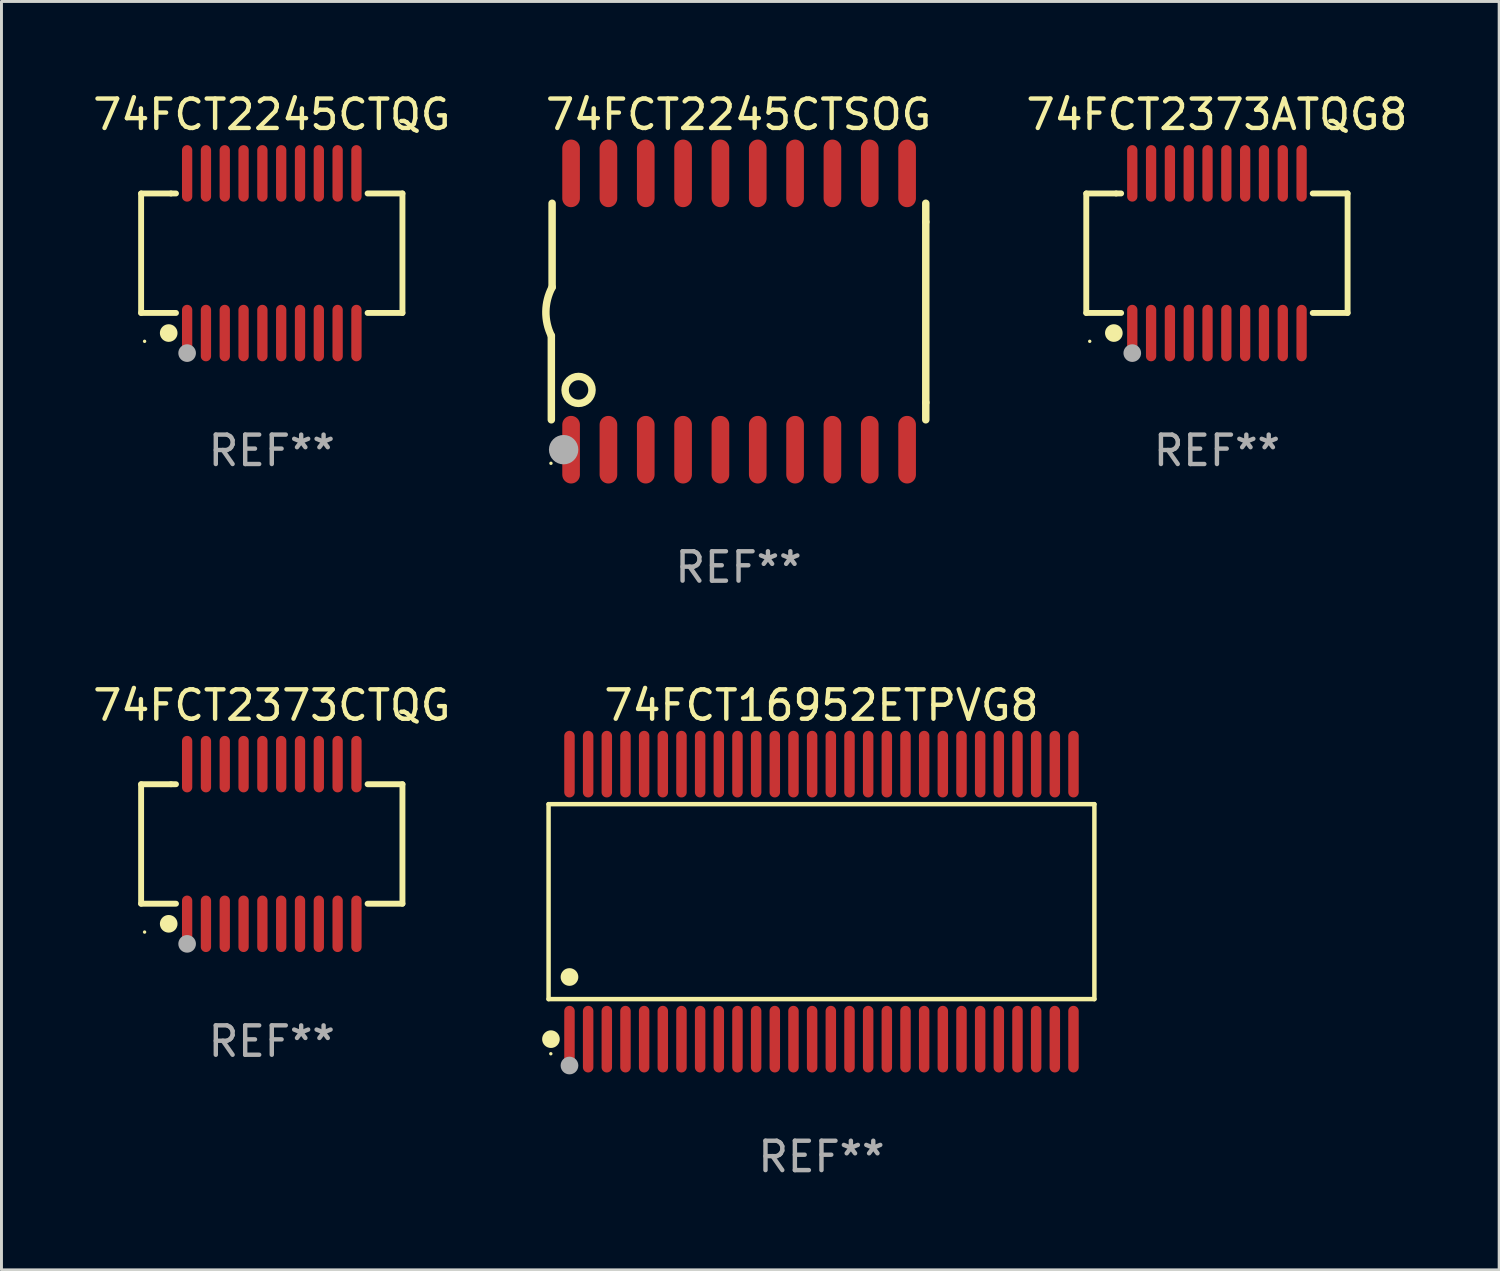
<source format=kicad_pcb>
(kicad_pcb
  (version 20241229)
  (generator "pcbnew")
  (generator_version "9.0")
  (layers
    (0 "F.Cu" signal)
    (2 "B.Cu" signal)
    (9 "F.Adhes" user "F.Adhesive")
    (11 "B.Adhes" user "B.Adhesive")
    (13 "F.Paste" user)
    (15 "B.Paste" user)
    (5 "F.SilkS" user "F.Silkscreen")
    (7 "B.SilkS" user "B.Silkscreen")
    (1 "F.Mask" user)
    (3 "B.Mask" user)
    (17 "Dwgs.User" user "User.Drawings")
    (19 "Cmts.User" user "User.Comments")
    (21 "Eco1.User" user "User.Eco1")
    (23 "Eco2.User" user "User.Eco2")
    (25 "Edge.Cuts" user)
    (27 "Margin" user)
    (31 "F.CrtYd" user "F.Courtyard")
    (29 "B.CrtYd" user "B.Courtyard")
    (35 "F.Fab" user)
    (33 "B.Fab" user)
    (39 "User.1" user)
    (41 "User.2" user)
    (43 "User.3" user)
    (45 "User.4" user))
  (footprint "74FCT2373ATQG8"
    (layer "F.Cu")
    (at 38.349 5.564)
    (property "Reference" "74FCT2373ATQG8" (at 0 -4.716 0) (layer "F.SilkS") (effects (font (size 1 1) (thickness 0.15))))
    (attr through_hole)
    (fp_line (start -4.445 -2.032) (end -4.445 2.032) (stroke (width 0.2) (type solid)) (layer "F.SilkS"))
    (fp_line (start -4.445 2.032) (end -3.259 2.032) (stroke (width 0.2) (type solid)) (layer "F.SilkS"))
    (fp_line (start -3.429 -2.032) (end -4.445 -2.032) (stroke (width 0.2) (type solid)) (layer "F.SilkS"))
    (fp_line (start -3.259 -2.032) (end -3.429 -2.032) (stroke (width 0.2) (type solid)) (layer "F.SilkS"))
    (fp_line (start 3.259 2.032) (end 4.445 2.032) (stroke (width 0.2) (type solid)) (layer "F.SilkS"))
    (fp_line (start 4.445 -2.032) (end 3.259 -2.032) (stroke (width 0.2) (type solid)) (layer "F.SilkS"))
    (fp_line (start 4.445 2.032) (end 4.445 -2.032) (stroke (width 0.2) (type solid)) (layer "F.SilkS"))
    (fp_circle (center -4.327 2.997) (end -4.297 2.997) (stroke (width 0.06) (type solid)) (fill no) (layer "F.SilkS"))
    (fp_circle (center -3.507 2.716) (end -3.357 2.716) (stroke (width 0.3) (type solid)) (fill no) (layer "F.SilkS"))
    (fp_circle (center -2.88 3.398) (end -2.73 3.398) (stroke (width 0.3) (type solid)) (fill no) (layer "F.Fab"))
    (fp_text user "REF**" (at 0 6.716 0) (layer "F.Fab") (effects (font (size 1 1) (thickness 0.15))))
    (pad "1" smd oval (at -2.88 2.716) (size 0.35 1.922) (layers "F.Cu" "F.Mask" "F.Paste"))
    (pad "2" smd oval (at -2.24 2.716) (size 0.35 1.922) (layers "F.Cu" "F.Mask" "F.Paste"))
    (pad "3" smd oval (at -1.6 2.716) (size 0.35 1.922) (layers "F.Cu" "F.Mask" "F.Paste"))
    (pad "4" smd oval (at -0.96 2.716) (size 0.35 1.922) (layers "F.Cu" "F.Mask" "F.Paste"))
    (pad "5" smd oval (at -0.32 2.716) (size 0.35 1.922) (layers "F.Cu" "F.Mask" "F.Paste"))
    (pad "6" smd oval (at 0.32 2.716) (size 0.35 1.922) (layers "F.Cu" "F.Mask" "F.Paste"))
    (pad "7" smd oval (at 0.96 2.716) (size 0.35 1.922) (layers "F.Cu" "F.Mask" "F.Paste"))
    (pad "8" smd oval (at 1.6 2.716) (size 0.35 1.922) (layers "F.Cu" "F.Mask" "F.Paste"))
    (pad "9" smd oval (at 2.24 2.716) (size 0.35 1.922) (layers "F.Cu" "F.Mask" "F.Paste"))
    (pad "10" smd oval (at 2.88 2.716) (size 0.35 1.922) (layers "F.Cu" "F.Mask" "F.Paste"))
    (pad "11" smd oval (at 2.88 -2.716) (size 0.35 1.922) (layers "F.Cu" "F.Mask" "F.Paste"))
    (pad "12" smd oval (at 2.24 -2.716) (size 0.35 1.922) (layers "F.Cu" "F.Mask" "F.Paste"))
    (pad "13" smd oval (at 1.6 -2.716) (size 0.35 1.922) (layers "F.Cu" "F.Mask" "F.Paste"))
    (pad "14" smd oval (at 0.96 -2.716) (size 0.35 1.922) (layers "F.Cu" "F.Mask" "F.Paste"))
    (pad "15" smd oval (at 0.32 -2.716) (size 0.35 1.922) (layers "F.Cu" "F.Mask" "F.Paste"))
    (pad "16" smd oval (at -0.32 -2.716) (size 0.35 1.922) (layers "F.Cu" "F.Mask" "F.Paste"))
    (pad "17" smd oval (at -0.96 -2.716) (size 0.35 1.922) (layers "F.Cu" "F.Mask" "F.Paste"))
    (pad "18" smd oval (at -1.6 -2.716) (size 0.35 1.922) (layers "F.Cu" "F.Mask" "F.Paste"))
    (pad "19" smd oval (at -2.24 -2.716) (size 0.35 1.922) (layers "F.Cu" "F.Mask" "F.Paste"))
    (pad "20" smd oval (at -2.88 -2.716) (size 0.35 1.922) (layers "F.Cu" "F.Mask" "F.Paste")))
  (footprint "74FCT16952ETPVG8"
    (layer "F.Cu")
    (at 24.896 27.623)
    (property "Reference" "74FCT16952ETPVG8" (at 0 -6.678 0) (layer "F.SilkS") (effects (font (size 1 1) (thickness 0.15))))
    (attr through_hole)
    (fp_line (start -9.284 -3.316) (end 9.284 -3.316) (stroke (width 0.152) (type solid)) (layer "F.SilkS"))
    (fp_line (start -9.284 3.316) (end -9.284 -3.316) (stroke (width 0.152) (type solid)) (layer "F.SilkS"))
    (fp_line (start 9.284 -3.316) (end 9.284 3.316) (stroke (width 0.152) (type solid)) (layer "F.SilkS"))
    (fp_line (start 9.284 3.316) (end -9.284 3.316) (stroke (width 0.152) (type solid)) (layer "F.SilkS"))
    (fp_circle (center -9.208 5.175) (end -9.178 5.175) (stroke (width 0.06) (type solid)) (fill no) (layer "F.SilkS"))
    (fp_circle (center -9.203 4.678) (end -9.053 4.678) (stroke (width 0.3) (type solid)) (fill no) (layer "F.SilkS"))
    (fp_circle (center -8.573 2.564) (end -8.422 2.564) (stroke (width 0.3) (type solid)) (fill no) (layer "F.SilkS"))
    (fp_circle (center -8.573 5.575) (end -8.422 5.575) (stroke (width 0.3) (type solid)) (fill no) (layer "F.Fab"))
    (fp_text user "REF**" (at 0 8.678 0) (layer "F.Fab") (effects (font (size 1 1) (thickness 0.15))))
    (pad "1" smd oval (at -8.573 4.678) (size 0.356 2.267) (layers "F.Cu" "F.Mask" "F.Paste"))
    (pad "2" smd oval (at -7.938 4.678) (size 0.356 2.267) (layers "F.Cu" "F.Mask" "F.Paste"))
    (pad "3" smd oval (at -7.303 4.678) (size 0.356 2.267) (layers "F.Cu" "F.Mask" "F.Paste"))
    (pad "4" smd oval (at -6.668 4.678) (size 0.356 2.267) (layers "F.Cu" "F.Mask" "F.Paste"))
    (pad "5" smd oval (at -6.033 4.678) (size 0.356 2.267) (layers "F.Cu" "F.Mask" "F.Paste"))
    (pad "6" smd oval (at -5.398 4.678) (size 0.356 2.267) (layers "F.Cu" "F.Mask" "F.Paste"))
    (pad "7" smd oval (at -4.763 4.678) (size 0.356 2.267) (layers "F.Cu" "F.Mask" "F.Paste"))
    (pad "8" smd oval (at -4.128 4.678) (size 0.356 2.267) (layers "F.Cu" "F.Mask" "F.Paste"))
    (pad "9" smd oval (at -3.493 4.678) (size 0.356 2.267) (layers "F.Cu" "F.Mask" "F.Paste"))
    (pad "10" smd oval (at -2.858 4.678) (size 0.356 2.267) (layers "F.Cu" "F.Mask" "F.Paste"))
    (pad "11" smd oval (at -2.223 4.678) (size 0.356 2.267) (layers "F.Cu" "F.Mask" "F.Paste"))
    (pad "12" smd oval (at -1.588 4.678) (size 0.356 2.267) (layers "F.Cu" "F.Mask" "F.Paste"))
    (pad "13" smd oval (at -0.953 4.678) (size 0.356 2.267) (layers "F.Cu" "F.Mask" "F.Paste"))
    (pad "14" smd oval (at -0.318 4.678) (size 0.356 2.267) (layers "F.Cu" "F.Mask" "F.Paste"))
    (pad "15" smd oval (at 0.318 4.678) (size 0.356 2.267) (layers "F.Cu" "F.Mask" "F.Paste"))
    (pad "16" smd oval (at 0.953 4.678) (size 0.356 2.267) (layers "F.Cu" "F.Mask" "F.Paste"))
    (pad "17" smd oval (at 1.588 4.678) (size 0.356 2.267) (layers "F.Cu" "F.Mask" "F.Paste"))
    (pad "18" smd oval (at 2.223 4.678) (size 0.356 2.267) (layers "F.Cu" "F.Mask" "F.Paste"))
    (pad "19" smd oval (at 2.858 4.678) (size 0.356 2.267) (layers "F.Cu" "F.Mask" "F.Paste"))
    (pad "20" smd oval (at 3.493 4.678) (size 0.356 2.267) (layers "F.Cu" "F.Mask" "F.Paste"))
    (pad "21" smd oval (at 4.128 4.678) (size 0.356 2.267) (layers "F.Cu" "F.Mask" "F.Paste"))
    (pad "22" smd oval (at 4.763 4.678) (size 0.356 2.267) (layers "F.Cu" "F.Mask" "F.Paste"))
    (pad "23" smd oval (at 5.398 4.678) (size 0.356 2.267) (layers "F.Cu" "F.Mask" "F.Paste"))
    (pad "24" smd oval (at 6.033 4.678) (size 0.356 2.267) (layers "F.Cu" "F.Mask" "F.Paste"))
    (pad "25" smd oval (at 6.668 4.678) (size 0.356 2.267) (layers "F.Cu" "F.Mask" "F.Paste"))
    (pad "26" smd oval (at 7.303 4.678) (size 0.356 2.267) (layers "F.Cu" "F.Mask" "F.Paste"))
    (pad "27" smd oval (at 7.938 4.678) (size 0.356 2.267) (layers "F.Cu" "F.Mask" "F.Paste"))
    (pad "28" smd oval (at 8.573 4.678) (size 0.356 2.267) (layers "F.Cu" "F.Mask" "F.Paste"))
    (pad "29" smd oval (at 8.573 -4.678) (size 0.356 2.267) (layers "F.Cu" "F.Mask" "F.Paste"))
    (pad "30" smd oval (at 7.938 -4.678) (size 0.356 2.267) (layers "F.Cu" "F.Mask" "F.Paste"))
    (pad "31" smd oval (at 7.303 -4.678) (size 0.356 2.267) (layers "F.Cu" "F.Mask" "F.Paste"))
    (pad "32" smd oval (at 6.668 -4.678) (size 0.356 2.267) (layers "F.Cu" "F.Mask" "F.Paste"))
    (pad "33" smd oval (at 6.033 -4.678) (size 0.356 2.267) (layers "F.Cu" "F.Mask" "F.Paste"))
    (pad "34" smd oval (at 5.398 -4.678) (size 0.356 2.267) (layers "F.Cu" "F.Mask" "F.Paste"))
    (pad "35" smd oval (at 4.763 -4.678) (size 0.356 2.267) (layers "F.Cu" "F.Mask" "F.Paste"))
    (pad "36" smd oval (at 4.128 -4.678) (size 0.356 2.267) (layers "F.Cu" "F.Mask" "F.Paste"))
    (pad "37" smd oval (at 3.493 -4.678) (size 0.356 2.267) (layers "F.Cu" "F.Mask" "F.Paste"))
    (pad "38" smd oval (at 2.858 -4.678) (size 0.356 2.267) (layers "F.Cu" "F.Mask" "F.Paste"))
    (pad "39" smd oval (at 2.223 -4.678) (size 0.356 2.267) (layers "F.Cu" "F.Mask" "F.Paste"))
    (pad "40" smd oval (at 1.588 -4.678) (size 0.356 2.267) (layers "F.Cu" "F.Mask" "F.Paste"))
    (pad "41" smd oval (at 0.953 -4.678) (size 0.356 2.267) (layers "F.Cu" "F.Mask" "F.Paste"))
    (pad "42" smd oval (at 0.318 -4.678) (size 0.356 2.267) (layers "F.Cu" "F.Mask" "F.Paste"))
    (pad "43" smd oval (at -0.318 -4.678) (size 0.356 2.267) (layers "F.Cu" "F.Mask" "F.Paste"))
    (pad "44" smd oval (at -0.953 -4.678) (size 0.356 2.267) (layers "F.Cu" "F.Mask" "F.Paste"))
    (pad "45" smd oval (at -1.588 -4.678) (size 0.356 2.267) (layers "F.Cu" "F.Mask" "F.Paste"))
    (pad "46" smd oval (at -2.223 -4.678) (size 0.356 2.267) (layers "F.Cu" "F.Mask" "F.Paste"))
    (pad "47" smd oval (at -2.858 -4.678) (size 0.356 2.267) (layers "F.Cu" "F.Mask" "F.Paste"))
    (pad "48" smd oval (at -3.493 -4.678) (size 0.356 2.267) (layers "F.Cu" "F.Mask" "F.Paste"))
    (pad "49" smd oval (at -4.128 -4.678) (size 0.356 2.267) (layers "F.Cu" "F.Mask" "F.Paste"))
    (pad "50" smd oval (at -4.763 -4.678) (size 0.356 2.267) (layers "F.Cu" "F.Mask" "F.Paste"))
    (pad "51" smd oval (at -5.398 -4.678) (size 0.356 2.267) (layers "F.Cu" "F.Mask" "F.Paste"))
    (pad "52" smd oval (at -6.033 -4.678) (size 0.356 2.267) (layers "F.Cu" "F.Mask" "F.Paste"))
    (pad "53" smd oval (at -6.668 -4.678) (size 0.356 2.267) (layers "F.Cu" "F.Mask" "F.Paste"))
    (pad "54" smd oval (at -7.303 -4.678) (size 0.356 2.267) (layers "F.Cu" "F.Mask" "F.Paste"))
    (pad "55" smd oval (at -7.938 -4.678) (size 0.356 2.267) (layers "F.Cu" "F.Mask" "F.Paste"))
    (pad "56" smd oval (at -8.573 -4.678) (size 0.356 2.267) (layers "F.Cu" "F.Mask" "F.Paste")))
  (footprint "74FCT2373CTQG"
    (layer "F.Cu")
    (at 6.196 25.661)
    (property "Reference" "74FCT2373CTQG" (at 0 -4.716 0) (layer "F.SilkS") (effects (font (size 1 1) (thickness 0.15))))
    (attr through_hole)
    (fp_line (start -4.445 -2.032) (end -4.445 2.032) (stroke (width 0.2) (type solid)) (layer "F.SilkS"))
    (fp_line (start -4.445 2.032) (end -3.259 2.032) (stroke (width 0.2) (type solid)) (layer "F.SilkS"))
    (fp_line (start -3.429 -2.032) (end -4.445 -2.032) (stroke (width 0.2) (type solid)) (layer "F.SilkS"))
    (fp_line (start -3.259 -2.032) (end -3.429 -2.032) (stroke (width 0.2) (type solid)) (layer "F.SilkS"))
    (fp_line (start 3.259 2.032) (end 4.445 2.032) (stroke (width 0.2) (type solid)) (layer "F.SilkS"))
    (fp_line (start 4.445 -2.032) (end 3.259 -2.032) (stroke (width 0.2) (type solid)) (layer "F.SilkS"))
    (fp_line (start 4.445 2.032) (end 4.445 -2.032) (stroke (width 0.2) (type solid)) (layer "F.SilkS"))
    (fp_circle (center -4.327 2.997) (end -4.297 2.997) (stroke (width 0.06) (type solid)) (fill no) (layer "F.SilkS"))
    (fp_circle (center -3.507 2.716) (end -3.357 2.716) (stroke (width 0.3) (type solid)) (fill no) (layer "F.SilkS"))
    (fp_circle (center -2.88 3.398) (end -2.73 3.398) (stroke (width 0.3) (type solid)) (fill no) (layer "F.Fab"))
    (fp_text user "REF**" (at 0 6.716 0) (layer "F.Fab") (effects (font (size 1 1) (thickness 0.15))))
    (pad "1" smd oval (at -2.88 2.716) (size 0.35 1.922) (layers "F.Cu" "F.Mask" "F.Paste"))
    (pad "2" smd oval (at -2.24 2.716) (size 0.35 1.922) (layers "F.Cu" "F.Mask" "F.Paste"))
    (pad "3" smd oval (at -1.6 2.716) (size 0.35 1.922) (layers "F.Cu" "F.Mask" "F.Paste"))
    (pad "4" smd oval (at -0.96 2.716) (size 0.35 1.922) (layers "F.Cu" "F.Mask" "F.Paste"))
    (pad "5" smd oval (at -0.32 2.716) (size 0.35 1.922) (layers "F.Cu" "F.Mask" "F.Paste"))
    (pad "6" smd oval (at 0.32 2.716) (size 0.35 1.922) (layers "F.Cu" "F.Mask" "F.Paste"))
    (pad "7" smd oval (at 0.96 2.716) (size 0.35 1.922) (layers "F.Cu" "F.Mask" "F.Paste"))
    (pad "8" smd oval (at 1.6 2.716) (size 0.35 1.922) (layers "F.Cu" "F.Mask" "F.Paste"))
    (pad "9" smd oval (at 2.24 2.716) (size 0.35 1.922) (layers "F.Cu" "F.Mask" "F.Paste"))
    (pad "10" smd oval (at 2.88 2.716) (size 0.35 1.922) (layers "F.Cu" "F.Mask" "F.Paste"))
    (pad "11" smd oval (at 2.88 -2.716) (size 0.35 1.922) (layers "F.Cu" "F.Mask" "F.Paste"))
    (pad "12" smd oval (at 2.24 -2.716) (size 0.35 1.922) (layers "F.Cu" "F.Mask" "F.Paste"))
    (pad "13" smd oval (at 1.6 -2.716) (size 0.35 1.922) (layers "F.Cu" "F.Mask" "F.Paste"))
    (pad "14" smd oval (at 0.96 -2.716) (size 0.35 1.922) (layers "F.Cu" "F.Mask" "F.Paste"))
    (pad "15" smd oval (at 0.32 -2.716) (size 0.35 1.922) (layers "F.Cu" "F.Mask" "F.Paste"))
    (pad "16" smd oval (at -0.32 -2.716) (size 0.35 1.922) (layers "F.Cu" "F.Mask" "F.Paste"))
    (pad "17" smd oval (at -0.96 -2.716) (size 0.35 1.922) (layers "F.Cu" "F.Mask" "F.Paste"))
    (pad "18" smd oval (at -1.6 -2.716) (size 0.35 1.922) (layers "F.Cu" "F.Mask" "F.Paste"))
    (pad "19" smd oval (at -2.24 -2.716) (size 0.35 1.922) (layers "F.Cu" "F.Mask" "F.Paste"))
    (pad "20" smd oval (at -2.88 -2.716) (size 0.35 1.922) (layers "F.Cu" "F.Mask" "F.Paste")))
  (footprint "74FCT2245CTQG"
    (layer "F.Cu")
    (at 6.196 5.564)
    (property "Reference" "74FCT2245CTQG" (at 0 -4.716 0) (layer "F.SilkS") (effects (font (size 1 1) (thickness 0.15))))
    (attr through_hole)
    (fp_line (start -4.445 -2.032) (end -4.445 2.032) (stroke (width 0.2) (type solid)) (layer "F.SilkS"))
    (fp_line (start -4.445 2.032) (end -3.259 2.032) (stroke (width 0.2) (type solid)) (layer "F.SilkS"))
    (fp_line (start -3.429 -2.032) (end -4.445 -2.032) (stroke (width 0.2) (type solid)) (layer "F.SilkS"))
    (fp_line (start -3.259 -2.032) (end -3.429 -2.032) (stroke (width 0.2) (type solid)) (layer "F.SilkS"))
    (fp_line (start 3.259 2.032) (end 4.445 2.032) (stroke (width 0.2) (type solid)) (layer "F.SilkS"))
    (fp_line (start 4.445 -2.032) (end 3.259 -2.032) (stroke (width 0.2) (type solid)) (layer "F.SilkS"))
    (fp_line (start 4.445 2.032) (end 4.445 -2.032) (stroke (width 0.2) (type solid)) (layer "F.SilkS"))
    (fp_circle (center -4.327 2.997) (end -4.297 2.997) (stroke (width 0.06) (type solid)) (fill no) (layer "F.SilkS"))
    (fp_circle (center -3.507 2.716) (end -3.357 2.716) (stroke (width 0.3) (type solid)) (fill no) (layer "F.SilkS"))
    (fp_circle (center -2.88 3.398) (end -2.73 3.398) (stroke (width 0.3) (type solid)) (fill no) (layer "F.Fab"))
    (fp_text user "REF**" (at 0 6.716 0) (layer "F.Fab") (effects (font (size 1 1) (thickness 0.15))))
    (pad "1" smd oval (at -2.88 2.716) (size 0.35 1.922) (layers "F.Cu" "F.Mask" "F.Paste"))
    (pad "2" smd oval (at -2.24 2.716) (size 0.35 1.922) (layers "F.Cu" "F.Mask" "F.Paste"))
    (pad "3" smd oval (at -1.6 2.716) (size 0.35 1.922) (layers "F.Cu" "F.Mask" "F.Paste"))
    (pad "4" smd oval (at -0.96 2.716) (size 0.35 1.922) (layers "F.Cu" "F.Mask" "F.Paste"))
    (pad "5" smd oval (at -0.32 2.716) (size 0.35 1.922) (layers "F.Cu" "F.Mask" "F.Paste"))
    (pad "6" smd oval (at 0.32 2.716) (size 0.35 1.922) (layers "F.Cu" "F.Mask" "F.Paste"))
    (pad "7" smd oval (at 0.96 2.716) (size 0.35 1.922) (layers "F.Cu" "F.Mask" "F.Paste"))
    (pad "8" smd oval (at 1.6 2.716) (size 0.35 1.922) (layers "F.Cu" "F.Mask" "F.Paste"))
    (pad "9" smd oval (at 2.24 2.716) (size 0.35 1.922) (layers "F.Cu" "F.Mask" "F.Paste"))
    (pad "10" smd oval (at 2.88 2.716) (size 0.35 1.922) (layers "F.Cu" "F.Mask" "F.Paste"))
    (pad "11" smd oval (at 2.88 -2.716) (size 0.35 1.922) (layers "F.Cu" "F.Mask" "F.Paste"))
    (pad "12" smd oval (at 2.24 -2.716) (size 0.35 1.922) (layers "F.Cu" "F.Mask" "F.Paste"))
    (pad "13" smd oval (at 1.6 -2.716) (size 0.35 1.922) (layers "F.Cu" "F.Mask" "F.Paste"))
    (pad "14" smd oval (at 0.96 -2.716) (size 0.35 1.922) (layers "F.Cu" "F.Mask" "F.Paste"))
    (pad "15" smd oval (at 0.32 -2.716) (size 0.35 1.922) (layers "F.Cu" "F.Mask" "F.Paste"))
    (pad "16" smd oval (at -0.32 -2.716) (size 0.35 1.922) (layers "F.Cu" "F.Mask" "F.Paste"))
    (pad "17" smd oval (at -0.96 -2.716) (size 0.35 1.922) (layers "F.Cu" "F.Mask" "F.Paste"))
    (pad "18" smd oval (at -1.6 -2.716) (size 0.35 1.922) (layers "F.Cu" "F.Mask" "F.Paste"))
    (pad "19" smd oval (at -2.24 -2.716) (size 0.35 1.922) (layers "F.Cu" "F.Mask" "F.Paste"))
    (pad "20" smd oval (at -2.88 -2.716) (size 0.35 1.922) (layers "F.Cu" "F.Mask" "F.Paste")))
  (footprint "74FCT2245CTSOG"
    (layer "F.Cu")
    (at 22.075 7.548)
    (property "Reference" "74FCT2245CTSOG" (at 0 -6.7 0) (layer "F.SilkS") (effects (font (size 1 1) (thickness 0.15))))
    (attr through_hole)
    (fp_line (start -6.369 0.826) (end -6.369 3.683) (stroke (width 0.254) (type solid)) (layer "F.SilkS"))
    (fp_line (start -6.343 -0.825) (end -6.343 -3.683) (stroke (width 0.254) (type solid)) (layer "F.SilkS"))
    (fp_line (start 6.369 -3.048) (end 6.369 -3.683) (stroke (width 0.254) (type solid)) (layer "F.SilkS"))
    (fp_line (start 6.369 -3.048) (end 6.369 3.096) (stroke (width 0.254) (type solid)) (layer "F.SilkS"))
    (fp_line (start 6.369 3.096) (end 6.369 3.683) (stroke (width 0.254) (type solid)) (layer "F.SilkS"))
    (fp_arc (start -6.36853 0.825552) (mid -6.554743 -0.00301) (end -6.343129 -0.825451) (stroke (width 0.254001) (type solid)) (layer "F.SilkS"))
    (fp_circle (center -6.382 5.163) (end -6.352 5.163) (stroke (width 0.06) (type solid)) (fill no) (layer "F.SilkS"))
    (fp_circle (center -5.443 2.667) (end -4.985 2.667) (stroke (width 0.254) (type solid)) (fill no) (layer "F.SilkS"))
    (fp_circle (center -5.951 4.699) (end -5.701 4.699) (stroke (width 0.5) (type solid)) (fill no) (layer "F.Fab"))
    (fp_text user "REF**" (at 0 8.7 0) (layer "F.Fab") (effects (font (size 1 1) (thickness 0.15))))
    (pad "1" smd oval (at -5.697 4.7 180) (size 0.6 2.3) (layers "F.Cu" "F.Mask" "F.Paste"))
    (pad "2" smd oval (at -4.427 4.7 180) (size 0.6 2.3) (layers "F.Cu" "F.Mask" "F.Paste"))
    (pad "3" smd oval (at -3.157 4.7 180) (size 0.6 2.3) (layers "F.Cu" "F.Mask" "F.Paste"))
    (pad "4" smd oval (at -1.887 4.7 180) (size 0.6 2.3) (layers "F.Cu" "F.Mask" "F.Paste"))
    (pad "5" smd oval (at -0.617 4.7 180) (size 0.6 2.3) (layers "F.Cu" "F.Mask" "F.Paste"))
    (pad "6" smd oval (at 0.653 4.7 180) (size 0.6 2.3) (layers "F.Cu" "F.Mask" "F.Paste"))
    (pad "7" smd oval (at 1.923 4.7 180) (size 0.6 2.3) (layers "F.Cu" "F.Mask" "F.Paste"))
    (pad "8" smd oval (at 3.193 4.7 180) (size 0.6 2.3) (layers "F.Cu" "F.Mask" "F.Paste"))
    (pad "9" smd oval (at 4.463 4.7 180) (size 0.6 2.3) (layers "F.Cu" "F.Mask" "F.Paste"))
    (pad "10" smd oval (at 5.734 4.7 180) (size 0.6 2.3) (layers "F.Cu" "F.Mask" "F.Paste"))
    (pad "11" smd oval (at 5.734 -4.7 180) (size 0.6 2.3) (layers "F.Cu" "F.Mask" "F.Paste"))
    (pad "12" smd oval (at 4.463 -4.7 180) (size 0.6 2.3) (layers "F.Cu" "F.Mask" "F.Paste"))
    (pad "13" smd oval (at 3.193 -4.7 180) (size 0.6 2.3) (layers "F.Cu" "F.Mask" "F.Paste"))
    (pad "14" smd oval (at 1.923 -4.7 180) (size 0.6 2.3) (layers "F.Cu" "F.Mask" "F.Paste"))
    (pad "15" smd oval (at 0.653 -4.7 180) (size 0.6 2.3) (layers "F.Cu" "F.Mask" "F.Paste"))
    (pad "16" smd oval (at -0.617 -4.7 180) (size 0.6 2.3) (layers "F.Cu" "F.Mask" "F.Paste"))
    (pad "17" smd oval (at -1.887 -4.7 180) (size 0.6 2.3) (layers "F.Cu" "F.Mask" "F.Paste"))
    (pad "18" smd oval (at -3.157 -4.7 180) (size 0.6 2.3) (layers "F.Cu" "F.Mask" "F.Paste"))
    (pad "19" smd oval (at -4.427 -4.7 180) (size 0.6 2.3) (layers "F.Cu" "F.Mask" "F.Paste"))
    (pad "20" smd oval (at -5.697 -4.7 180) (size 0.6 2.3) (layers "F.Cu" "F.Mask" "F.Paste")))
  (gr_rect
    (start -3 -3)
    (end 47.95 40.15)
    (stroke (width 0.1) (type default))
    (fill no)
    (layer "Edge.Cuts")))
</source>
